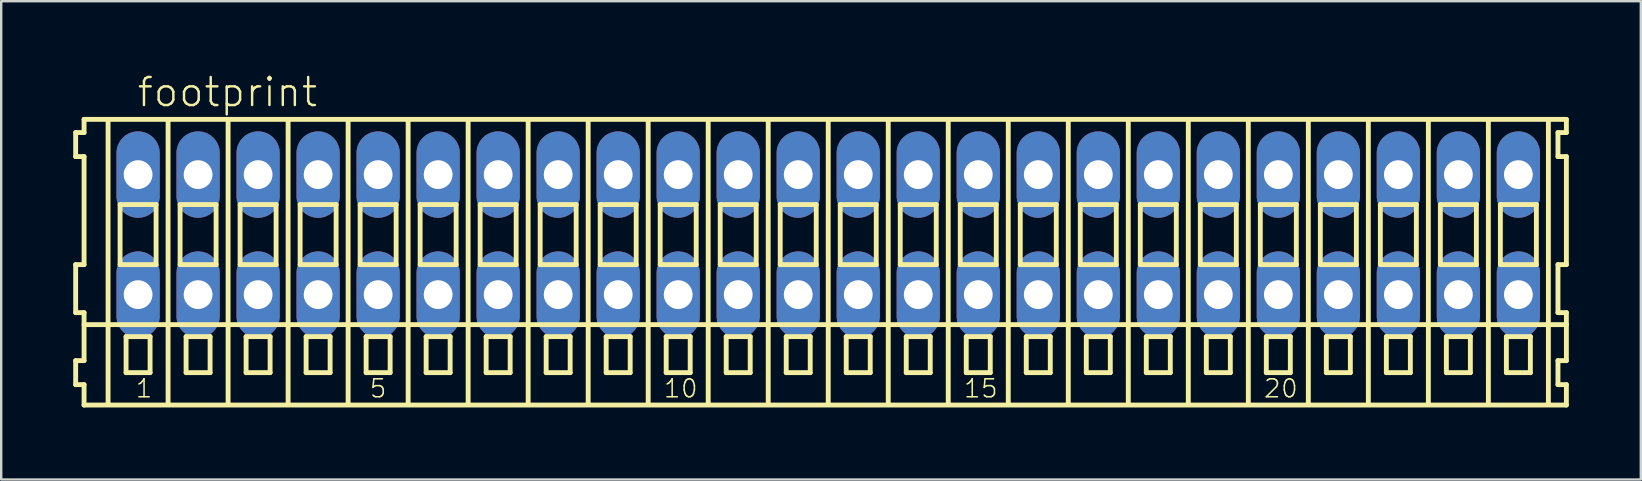
<source format=kicad_pcb>
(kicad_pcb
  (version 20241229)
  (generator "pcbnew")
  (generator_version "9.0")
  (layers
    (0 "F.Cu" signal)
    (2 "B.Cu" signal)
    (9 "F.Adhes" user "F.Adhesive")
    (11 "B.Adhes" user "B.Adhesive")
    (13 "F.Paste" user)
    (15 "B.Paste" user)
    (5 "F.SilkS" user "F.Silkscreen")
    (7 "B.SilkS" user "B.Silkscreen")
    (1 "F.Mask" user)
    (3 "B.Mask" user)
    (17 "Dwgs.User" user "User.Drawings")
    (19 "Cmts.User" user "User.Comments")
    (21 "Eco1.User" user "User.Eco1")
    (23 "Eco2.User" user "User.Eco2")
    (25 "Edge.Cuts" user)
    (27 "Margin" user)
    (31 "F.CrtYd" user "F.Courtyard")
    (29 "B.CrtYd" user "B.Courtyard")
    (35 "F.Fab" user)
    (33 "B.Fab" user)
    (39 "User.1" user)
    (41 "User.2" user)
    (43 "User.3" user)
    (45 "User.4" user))
  (footprint "footprint"
    (layer "F.Cu")
    (at 31.452 6.723)
    (property "Reference" "footprint" (at -28.85 -5.25 0) (layer "F.SilkS") (effects (font (size 1.168 1.168) (thickness 0.102)) (justify left bottom)))
    (fp_line (start -31.35 -4.25) (end -31.35 -3.25) (stroke (width 0.203) (type solid)) (layer "F.SilkS"))
    (fp_line (start -31.35 -3.25) (end -31 -3.25) (stroke (width 0.203) (type solid)) (layer "F.SilkS"))
    (fp_line (start -31.35 1.25) (end -31.35 3.25) (stroke (width 0.203) (type solid)) (layer "F.SilkS"))
    (fp_line (start -31.35 3.25) (end -31 3.25) (stroke (width 0.203) (type solid)) (layer "F.SilkS"))
    (fp_line (start -31.35 5.25) (end -31.35 6.25) (stroke (width 0.203) (type solid)) (layer "F.SilkS"))
    (fp_line (start -31.35 6.25) (end -31 6.25) (stroke (width 0.203) (type solid)) (layer "F.SilkS"))
    (fp_line (start -31 -4.8) (end -31 -4.25) (stroke (width 0.203) (type solid)) (layer "F.SilkS"))
    (fp_line (start -31 -4.25) (end -31.35 -4.25) (stroke (width 0.203) (type solid)) (layer "F.SilkS"))
    (fp_line (start -31 -3.25) (end -31 1.25) (stroke (width 0.203) (type solid)) (layer "F.SilkS"))
    (fp_line (start -31 1.25) (end -31.35 1.25) (stroke (width 0.203) (type solid)) (layer "F.SilkS"))
    (fp_line (start -31 3.25) (end -31 5.25) (stroke (width 0.203) (type solid)) (layer "F.SilkS"))
    (fp_line (start -31 3.75) (end 30.75 3.75) (stroke (width 0.203) (type solid)) (layer "F.SilkS"))
    (fp_line (start -31 5.25) (end -31.35 5.25) (stroke (width 0.203) (type solid)) (layer "F.SilkS"))
    (fp_line (start -31 6.25) (end -31 7.1) (stroke (width 0.203) (type solid)) (layer "F.SilkS"))
    (fp_line (start -31 7.1) (end 30.75 7.1) (stroke (width 0.203) (type solid)) (layer "F.SilkS"))
    (fp_line (start -30 -4.75) (end -30 7) (stroke (width 0.203) (type solid)) (layer "F.SilkS"))
    (fp_line (start -29.5 -1.25) (end -29.5 1.25) (stroke (width 0.203) (type solid)) (layer "F.SilkS"))
    (fp_line (start -29.5 1.25) (end -28 1.25) (stroke (width 0.203) (type solid)) (layer "F.SilkS"))
    (fp_line (start -29.25 4.25) (end -29.25 5.75) (stroke (width 0.203) (type solid)) (layer "F.SilkS"))
    (fp_line (start -29.25 5.75) (end -28.25 5.75) (stroke (width 0.203) (type solid)) (layer "F.SilkS"))
    (fp_line (start -28.25 4.25) (end -29.25 4.25) (stroke (width 0.203) (type solid)) (layer "F.SilkS"))
    (fp_line (start -28.25 5.75) (end -28.25 4.25) (stroke (width 0.203) (type solid)) (layer "F.SilkS"))
    (fp_line (start -28 -1.25) (end -29.5 -1.25) (stroke (width 0.203) (type solid)) (layer "F.SilkS"))
    (fp_line (start -28 1.25) (end -28 -1.25) (stroke (width 0.203) (type solid)) (layer "F.SilkS"))
    (fp_line (start -27.5 -4.75) (end -27.5 7) (stroke (width 0.203) (type solid)) (layer "F.SilkS"))
    (fp_line (start -27 -1.25) (end -27 1.25) (stroke (width 0.203) (type solid)) (layer "F.SilkS"))
    (fp_line (start -27 1.25) (end -25.5 1.25) (stroke (width 0.203) (type solid)) (layer "F.SilkS"))
    (fp_line (start -26.75 4.25) (end -26.75 5.75) (stroke (width 0.203) (type solid)) (layer "F.SilkS"))
    (fp_line (start -26.75 5.75) (end -25.75 5.75) (stroke (width 0.203) (type solid)) (layer "F.SilkS"))
    (fp_line (start -25.75 4.25) (end -26.75 4.25) (stroke (width 0.203) (type solid)) (layer "F.SilkS"))
    (fp_line (start -25.75 5.75) (end -25.75 4.25) (stroke (width 0.203) (type solid)) (layer "F.SilkS"))
    (fp_line (start -25.5 -1.25) (end -27 -1.25) (stroke (width 0.203) (type solid)) (layer "F.SilkS"))
    (fp_line (start -25.5 1.25) (end -25.5 -1.25) (stroke (width 0.203) (type solid)) (layer "F.SilkS"))
    (fp_line (start -25 -4.75) (end -25 7) (stroke (width 0.203) (type solid)) (layer "F.SilkS"))
    (fp_line (start -24.5 -1.25) (end -24.5 1.25) (stroke (width 0.203) (type solid)) (layer "F.SilkS"))
    (fp_line (start -24.5 1.25) (end -23 1.25) (stroke (width 0.203) (type solid)) (layer "F.SilkS"))
    (fp_line (start -24.25 4.25) (end -24.25 5.75) (stroke (width 0.203) (type solid)) (layer "F.SilkS"))
    (fp_line (start -24.25 5.75) (end -23.25 5.75) (stroke (width 0.203) (type solid)) (layer "F.SilkS"))
    (fp_line (start -23.25 4.25) (end -24.25 4.25) (stroke (width 0.203) (type solid)) (layer "F.SilkS"))
    (fp_line (start -23.25 5.75) (end -23.25 4.25) (stroke (width 0.203) (type solid)) (layer "F.SilkS"))
    (fp_line (start -23 -1.25) (end -24.5 -1.25) (stroke (width 0.203) (type solid)) (layer "F.SilkS"))
    (fp_line (start -23 1.25) (end -23 -1.25) (stroke (width 0.203) (type solid)) (layer "F.SilkS"))
    (fp_line (start -22.5 -4.75) (end -22.5 7) (stroke (width 0.203) (type solid)) (layer "F.SilkS"))
    (fp_line (start -22 -1.25) (end -22 1.25) (stroke (width 0.203) (type solid)) (layer "F.SilkS"))
    (fp_line (start -22 1.25) (end -20.5 1.25) (stroke (width 0.203) (type solid)) (layer "F.SilkS"))
    (fp_line (start -21.75 4.25) (end -21.75 5.75) (stroke (width 0.203) (type solid)) (layer "F.SilkS"))
    (fp_line (start -21.75 5.75) (end -20.75 5.75) (stroke (width 0.203) (type solid)) (layer "F.SilkS"))
    (fp_line (start -20.75 4.25) (end -21.75 4.25) (stroke (width 0.203) (type solid)) (layer "F.SilkS"))
    (fp_line (start -20.75 5.75) (end -20.75 4.25) (stroke (width 0.203) (type solid)) (layer "F.SilkS"))
    (fp_line (start -20.5 -1.25) (end -22 -1.25) (stroke (width 0.203) (type solid)) (layer "F.SilkS"))
    (fp_line (start -20.5 1.25) (end -20.5 -1.25) (stroke (width 0.203) (type solid)) (layer "F.SilkS"))
    (fp_line (start -20 -4.75) (end -20 7) (stroke (width 0.203) (type solid)) (layer "F.SilkS"))
    (fp_line (start -19.5 -1.25) (end -19.5 1.25) (stroke (width 0.203) (type solid)) (layer "F.SilkS"))
    (fp_line (start -19.5 1.25) (end -18 1.25) (stroke (width 0.203) (type solid)) (layer "F.SilkS"))
    (fp_line (start -19.25 4.25) (end -19.25 5.75) (stroke (width 0.203) (type solid)) (layer "F.SilkS"))
    (fp_line (start -19.25 5.75) (end -18.25 5.75) (stroke (width 0.203) (type solid)) (layer "F.SilkS"))
    (fp_line (start -18.25 4.25) (end -19.25 4.25) (stroke (width 0.203) (type solid)) (layer "F.SilkS"))
    (fp_line (start -18.25 5.75) (end -18.25 4.25) (stroke (width 0.203) (type solid)) (layer "F.SilkS"))
    (fp_line (start -18 -1.25) (end -19.5 -1.25) (stroke (width 0.203) (type solid)) (layer "F.SilkS"))
    (fp_line (start -18 1.25) (end -18 -1.25) (stroke (width 0.203) (type solid)) (layer "F.SilkS"))
    (fp_line (start -17.5 -4.75) (end -17.5 7) (stroke (width 0.203) (type solid)) (layer "F.SilkS"))
    (fp_line (start -17 -1.25) (end -17 1.25) (stroke (width 0.203) (type solid)) (layer "F.SilkS"))
    (fp_line (start -17 1.25) (end -15.5 1.25) (stroke (width 0.203) (type solid)) (layer "F.SilkS"))
    (fp_line (start -16.75 4.25) (end -16.75 5.75) (stroke (width 0.203) (type solid)) (layer "F.SilkS"))
    (fp_line (start -16.75 5.75) (end -15.75 5.75) (stroke (width 0.203) (type solid)) (layer "F.SilkS"))
    (fp_line (start -15.75 4.25) (end -16.75 4.25) (stroke (width 0.203) (type solid)) (layer "F.SilkS"))
    (fp_line (start -15.75 5.75) (end -15.75 4.25) (stroke (width 0.203) (type solid)) (layer "F.SilkS"))
    (fp_line (start -15.5 -1.25) (end -17 -1.25) (stroke (width 0.203) (type solid)) (layer "F.SilkS"))
    (fp_line (start -15.5 1.25) (end -15.5 -1.25) (stroke (width 0.203) (type solid)) (layer "F.SilkS"))
    (fp_line (start -15 -4.75) (end -15 7) (stroke (width 0.203) (type solid)) (layer "F.SilkS"))
    (fp_line (start -14.5 -1.25) (end -14.5 1.25) (stroke (width 0.203) (type solid)) (layer "F.SilkS"))
    (fp_line (start -14.5 1.25) (end -13 1.25) (stroke (width 0.203) (type solid)) (layer "F.SilkS"))
    (fp_line (start -14.25 4.25) (end -14.25 5.75) (stroke (width 0.203) (type solid)) (layer "F.SilkS"))
    (fp_line (start -14.25 5.75) (end -13.25 5.75) (stroke (width 0.203) (type solid)) (layer "F.SilkS"))
    (fp_line (start -13.25 4.25) (end -14.25 4.25) (stroke (width 0.203) (type solid)) (layer "F.SilkS"))
    (fp_line (start -13.25 5.75) (end -13.25 4.25) (stroke (width 0.203) (type solid)) (layer "F.SilkS"))
    (fp_line (start -13 -1.25) (end -14.5 -1.25) (stroke (width 0.203) (type solid)) (layer "F.SilkS"))
    (fp_line (start -13 1.25) (end -13 -1.25) (stroke (width 0.203) (type solid)) (layer "F.SilkS"))
    (fp_line (start -12.5 -4.75) (end -12.5 7) (stroke (width 0.203) (type solid)) (layer "F.SilkS"))
    (fp_line (start -12 -1.25) (end -12 1.25) (stroke (width 0.203) (type solid)) (layer "F.SilkS"))
    (fp_line (start -12 1.25) (end -10.5 1.25) (stroke (width 0.203) (type solid)) (layer "F.SilkS"))
    (fp_line (start -11.75 4.25) (end -11.75 5.75) (stroke (width 0.203) (type solid)) (layer "F.SilkS"))
    (fp_line (start -11.75 5.75) (end -10.75 5.75) (stroke (width 0.203) (type solid)) (layer "F.SilkS"))
    (fp_line (start -10.75 4.25) (end -11.75 4.25) (stroke (width 0.203) (type solid)) (layer "F.SilkS"))
    (fp_line (start -10.75 5.75) (end -10.75 4.25) (stroke (width 0.203) (type solid)) (layer "F.SilkS"))
    (fp_line (start -10.5 -1.25) (end -12 -1.25) (stroke (width 0.203) (type solid)) (layer "F.SilkS"))
    (fp_line (start -10.5 1.25) (end -10.5 -1.25) (stroke (width 0.203) (type solid)) (layer "F.SilkS"))
    (fp_line (start -10 -4.75) (end -10 7) (stroke (width 0.203) (type solid)) (layer "F.SilkS"))
    (fp_line (start -9.5 -1.25) (end -9.5 1.25) (stroke (width 0.203) (type solid)) (layer "F.SilkS"))
    (fp_line (start -9.5 1.25) (end -8 1.25) (stroke (width 0.203) (type solid)) (layer "F.SilkS"))
    (fp_line (start -9.25 4.25) (end -9.25 5.75) (stroke (width 0.203) (type solid)) (layer "F.SilkS"))
    (fp_line (start -9.25 5.75) (end -8.25 5.75) (stroke (width 0.203) (type solid)) (layer "F.SilkS"))
    (fp_line (start -8.25 4.25) (end -9.25 4.25) (stroke (width 0.203) (type solid)) (layer "F.SilkS"))
    (fp_line (start -8.25 5.75) (end -8.25 4.25) (stroke (width 0.203) (type solid)) (layer "F.SilkS"))
    (fp_line (start -8 -1.25) (end -9.5 -1.25) (stroke (width 0.203) (type solid)) (layer "F.SilkS"))
    (fp_line (start -8 1.25) (end -8 -1.25) (stroke (width 0.203) (type solid)) (layer "F.SilkS"))
    (fp_line (start -7.5 -4.75) (end -7.5 7) (stroke (width 0.203) (type solid)) (layer "F.SilkS"))
    (fp_line (start -7 -1.25) (end -7 1.25) (stroke (width 0.203) (type solid)) (layer "F.SilkS"))
    (fp_line (start -7 1.25) (end -5.5 1.25) (stroke (width 0.203) (type solid)) (layer "F.SilkS"))
    (fp_line (start -6.75 4.25) (end -6.75 5.75) (stroke (width 0.203) (type solid)) (layer "F.SilkS"))
    (fp_line (start -6.75 5.75) (end -5.75 5.75) (stroke (width 0.203) (type solid)) (layer "F.SilkS"))
    (fp_line (start -5.75 4.25) (end -6.75 4.25) (stroke (width 0.203) (type solid)) (layer "F.SilkS"))
    (fp_line (start -5.75 5.75) (end -5.75 4.25) (stroke (width 0.203) (type solid)) (layer "F.SilkS"))
    (fp_line (start -5.5 -1.25) (end -7 -1.25) (stroke (width 0.203) (type solid)) (layer "F.SilkS"))
    (fp_line (start -5.5 1.25) (end -5.5 -1.25) (stroke (width 0.203) (type solid)) (layer "F.SilkS"))
    (fp_line (start -5 -4.75) (end -5 7) (stroke (width 0.203) (type solid)) (layer "F.SilkS"))
    (fp_line (start -4.5 -1.25) (end -4.5 1.25) (stroke (width 0.203) (type solid)) (layer "F.SilkS"))
    (fp_line (start -4.5 1.25) (end -3 1.25) (stroke (width 0.203) (type solid)) (layer "F.SilkS"))
    (fp_line (start -4.25 4.25) (end -4.25 5.75) (stroke (width 0.203) (type solid)) (layer "F.SilkS"))
    (fp_line (start -4.25 5.75) (end -3.25 5.75) (stroke (width 0.203) (type solid)) (layer "F.SilkS"))
    (fp_line (start -3.25 4.25) (end -4.25 4.25) (stroke (width 0.203) (type solid)) (layer "F.SilkS"))
    (fp_line (start -3.25 5.75) (end -3.25 4.25) (stroke (width 0.203) (type solid)) (layer "F.SilkS"))
    (fp_line (start -3 -1.25) (end -4.5 -1.25) (stroke (width 0.203) (type solid)) (layer "F.SilkS"))
    (fp_line (start -3 1.25) (end -3 -1.25) (stroke (width 0.203) (type solid)) (layer "F.SilkS"))
    (fp_line (start -2.5 -4.75) (end -2.5 7) (stroke (width 0.203) (type solid)) (layer "F.SilkS"))
    (fp_line (start -2 -1.25) (end -2 1.25) (stroke (width 0.203) (type solid)) (layer "F.SilkS"))
    (fp_line (start -2 1.25) (end -0.5 1.25) (stroke (width 0.203) (type solid)) (layer "F.SilkS"))
    (fp_line (start -1.75 4.25) (end -1.75 5.75) (stroke (width 0.203) (type solid)) (layer "F.SilkS"))
    (fp_line (start -1.75 5.75) (end -0.75 5.75) (stroke (width 0.203) (type solid)) (layer "F.SilkS"))
    (fp_line (start -0.75 4.25) (end -1.75 4.25) (stroke (width 0.203) (type solid)) (layer "F.SilkS"))
    (fp_line (start -0.75 5.75) (end -0.75 4.25) (stroke (width 0.203) (type solid)) (layer "F.SilkS"))
    (fp_line (start -0.5 -1.25) (end -2 -1.25) (stroke (width 0.203) (type solid)) (layer "F.SilkS"))
    (fp_line (start -0.5 1.25) (end -0.5 -1.25) (stroke (width 0.203) (type solid)) (layer "F.SilkS"))
    (fp_line (start 0 -4.75) (end 0 7) (stroke (width 0.203) (type solid)) (layer "F.SilkS"))
    (fp_line (start 0.5 -1.25) (end 0.5 1.25) (stroke (width 0.203) (type solid)) (layer "F.SilkS"))
    (fp_line (start 0.5 1.25) (end 2 1.25) (stroke (width 0.203) (type solid)) (layer "F.SilkS"))
    (fp_line (start 0.75 4.25) (end 0.75 5.75) (stroke (width 0.203) (type solid)) (layer "F.SilkS"))
    (fp_line (start 0.75 5.75) (end 1.75 5.75) (stroke (width 0.203) (type solid)) (layer "F.SilkS"))
    (fp_line (start 1.75 4.25) (end 0.75 4.25) (stroke (width 0.203) (type solid)) (layer "F.SilkS"))
    (fp_line (start 1.75 5.75) (end 1.75 4.25) (stroke (width 0.203) (type solid)) (layer "F.SilkS"))
    (fp_line (start 2 -1.25) (end 0.5 -1.25) (stroke (width 0.203) (type solid)) (layer "F.SilkS"))
    (fp_line (start 2 1.25) (end 2 -1.25) (stroke (width 0.203) (type solid)) (layer "F.SilkS"))
    (fp_line (start 2.5 -4.75) (end 2.5 7) (stroke (width 0.203) (type solid)) (layer "F.SilkS"))
    (fp_line (start 3 -1.25) (end 3 1.25) (stroke (width 0.203) (type solid)) (layer "F.SilkS"))
    (fp_line (start 3 1.25) (end 4.5 1.25) (stroke (width 0.203) (type solid)) (layer "F.SilkS"))
    (fp_line (start 3.25 4.25) (end 3.25 5.75) (stroke (width 0.203) (type solid)) (layer "F.SilkS"))
    (fp_line (start 3.25 5.75) (end 4.25 5.75) (stroke (width 0.203) (type solid)) (layer "F.SilkS"))
    (fp_line (start 4.25 4.25) (end 3.25 4.25) (stroke (width 0.203) (type solid)) (layer "F.SilkS"))
    (fp_line (start 4.25 5.75) (end 4.25 4.25) (stroke (width 0.203) (type solid)) (layer "F.SilkS"))
    (fp_line (start 4.5 -1.25) (end 3 -1.25) (stroke (width 0.203) (type solid)) (layer "F.SilkS"))
    (fp_line (start 4.5 1.25) (end 4.5 -1.25) (stroke (width 0.203) (type solid)) (layer "F.SilkS"))
    (fp_line (start 5 -4.75) (end 5 7) (stroke (width 0.203) (type solid)) (layer "F.SilkS"))
    (fp_line (start 5.5 -1.25) (end 5.5 1.25) (stroke (width 0.203) (type solid)) (layer "F.SilkS"))
    (fp_line (start 5.5 1.25) (end 7 1.25) (stroke (width 0.203) (type solid)) (layer "F.SilkS"))
    (fp_line (start 5.75 4.25) (end 5.75 5.75) (stroke (width 0.203) (type solid)) (layer "F.SilkS"))
    (fp_line (start 5.75 5.75) (end 6.75 5.75) (stroke (width 0.203) (type solid)) (layer "F.SilkS"))
    (fp_line (start 6.75 4.25) (end 5.75 4.25) (stroke (width 0.203) (type solid)) (layer "F.SilkS"))
    (fp_line (start 6.75 5.75) (end 6.75 4.25) (stroke (width 0.203) (type solid)) (layer "F.SilkS"))
    (fp_line (start 7 -1.25) (end 5.5 -1.25) (stroke (width 0.203) (type solid)) (layer "F.SilkS"))
    (fp_line (start 7 1.25) (end 7 -1.25) (stroke (width 0.203) (type solid)) (layer "F.SilkS"))
    (fp_line (start 7.5 -4.75) (end 7.5 7) (stroke (width 0.203) (type solid)) (layer "F.SilkS"))
    (fp_line (start 8 -1.25) (end 8 1.25) (stroke (width 0.203) (type solid)) (layer "F.SilkS"))
    (fp_line (start 8 1.25) (end 9.5 1.25) (stroke (width 0.203) (type solid)) (layer "F.SilkS"))
    (fp_line (start 8.25 4.25) (end 8.25 5.75) (stroke (width 0.203) (type solid)) (layer "F.SilkS"))
    (fp_line (start 8.25 5.75) (end 9.25 5.75) (stroke (width 0.203) (type solid)) (layer "F.SilkS"))
    (fp_line (start 9.25 4.25) (end 8.25 4.25) (stroke (width 0.203) (type solid)) (layer "F.SilkS"))
    (fp_line (start 9.25 5.75) (end 9.25 4.25) (stroke (width 0.203) (type solid)) (layer "F.SilkS"))
    (fp_line (start 9.5 -1.25) (end 8 -1.25) (stroke (width 0.203) (type solid)) (layer "F.SilkS"))
    (fp_line (start 9.5 1.25) (end 9.5 -1.25) (stroke (width 0.203) (type solid)) (layer "F.SilkS"))
    (fp_line (start 10 -4.75) (end 10 7) (stroke (width 0.203) (type solid)) (layer "F.SilkS"))
    (fp_line (start 10.5 -1.25) (end 10.5 1.25) (stroke (width 0.203) (type solid)) (layer "F.SilkS"))
    (fp_line (start 10.5 1.25) (end 12 1.25) (stroke (width 0.203) (type solid)) (layer "F.SilkS"))
    (fp_line (start 10.75 4.25) (end 10.75 5.75) (stroke (width 0.203) (type solid)) (layer "F.SilkS"))
    (fp_line (start 10.75 5.75) (end 11.75 5.75) (stroke (width 0.203) (type solid)) (layer "F.SilkS"))
    (fp_line (start 11.75 4.25) (end 10.75 4.25) (stroke (width 0.203) (type solid)) (layer "F.SilkS"))
    (fp_line (start 11.75 5.75) (end 11.75 4.25) (stroke (width 0.203) (type solid)) (layer "F.SilkS"))
    (fp_line (start 12 -1.25) (end 10.5 -1.25) (stroke (width 0.203) (type solid)) (layer "F.SilkS"))
    (fp_line (start 12 1.25) (end 12 -1.25) (stroke (width 0.203) (type solid)) (layer "F.SilkS"))
    (fp_line (start 12.5 -4.75) (end 12.5 7) (stroke (width 0.203) (type solid)) (layer "F.SilkS"))
    (fp_line (start 13 -1.25) (end 13 1.25) (stroke (width 0.203) (type solid)) (layer "F.SilkS"))
    (fp_line (start 13 1.25) (end 14.5 1.25) (stroke (width 0.203) (type solid)) (layer "F.SilkS"))
    (fp_line (start 13.25 4.25) (end 13.25 5.75) (stroke (width 0.203) (type solid)) (layer "F.SilkS"))
    (fp_line (start 13.25 5.75) (end 14.25 5.75) (stroke (width 0.203) (type solid)) (layer "F.SilkS"))
    (fp_line (start 14.25 4.25) (end 13.25 4.25) (stroke (width 0.203) (type solid)) (layer "F.SilkS"))
    (fp_line (start 14.25 5.75) (end 14.25 4.25) (stroke (width 0.203) (type solid)) (layer "F.SilkS"))
    (fp_line (start 14.5 -1.25) (end 13 -1.25) (stroke (width 0.203) (type solid)) (layer "F.SilkS"))
    (fp_line (start 14.5 1.25) (end 14.5 -1.25) (stroke (width 0.203) (type solid)) (layer "F.SilkS"))
    (fp_line (start 15 -4.75) (end 15 7) (stroke (width 0.203) (type solid)) (layer "F.SilkS"))
    (fp_line (start 15.5 -1.25) (end 15.5 1.25) (stroke (width 0.203) (type solid)) (layer "F.SilkS"))
    (fp_line (start 15.5 1.25) (end 17 1.25) (stroke (width 0.203) (type solid)) (layer "F.SilkS"))
    (fp_line (start 15.75 4.25) (end 15.75 5.75) (stroke (width 0.203) (type solid)) (layer "F.SilkS"))
    (fp_line (start 15.75 5.75) (end 16.75 5.75) (stroke (width 0.203) (type solid)) (layer "F.SilkS"))
    (fp_line (start 16.75 4.25) (end 15.75 4.25) (stroke (width 0.203) (type solid)) (layer "F.SilkS"))
    (fp_line (start 16.75 5.75) (end 16.75 4.25) (stroke (width 0.203) (type solid)) (layer "F.SilkS"))
    (fp_line (start 17 -1.25) (end 15.5 -1.25) (stroke (width 0.203) (type solid)) (layer "F.SilkS"))
    (fp_line (start 17 1.25) (end 17 -1.25) (stroke (width 0.203) (type solid)) (layer "F.SilkS"))
    (fp_line (start 17.5 -4.75) (end 17.5 7) (stroke (width 0.203) (type solid)) (layer "F.SilkS"))
    (fp_line (start 18 -1.25) (end 18 1.25) (stroke (width 0.203) (type solid)) (layer "F.SilkS"))
    (fp_line (start 18 1.25) (end 19.5 1.25) (stroke (width 0.203) (type solid)) (layer "F.SilkS"))
    (fp_line (start 18.25 4.25) (end 18.25 5.75) (stroke (width 0.203) (type solid)) (layer "F.SilkS"))
    (fp_line (start 18.25 5.75) (end 19.25 5.75) (stroke (width 0.203) (type solid)) (layer "F.SilkS"))
    (fp_line (start 19.25 4.25) (end 18.25 4.25) (stroke (width 0.203) (type solid)) (layer "F.SilkS"))
    (fp_line (start 19.25 5.75) (end 19.25 4.25) (stroke (width 0.203) (type solid)) (layer "F.SilkS"))
    (fp_line (start 19.5 -1.25) (end 18 -1.25) (stroke (width 0.203) (type solid)) (layer "F.SilkS"))
    (fp_line (start 19.5 1.25) (end 19.5 -1.25) (stroke (width 0.203) (type solid)) (layer "F.SilkS"))
    (fp_line (start 20 -4.75) (end 20 7) (stroke (width 0.203) (type solid)) (layer "F.SilkS"))
    (fp_line (start 20.5 -1.25) (end 20.5 1.25) (stroke (width 0.203) (type solid)) (layer "F.SilkS"))
    (fp_line (start 20.5 1.25) (end 22 1.25) (stroke (width 0.203) (type solid)) (layer "F.SilkS"))
    (fp_line (start 20.75 4.25) (end 20.75 5.75) (stroke (width 0.203) (type solid)) (layer "F.SilkS"))
    (fp_line (start 20.75 5.75) (end 21.75 5.75) (stroke (width 0.203) (type solid)) (layer "F.SilkS"))
    (fp_line (start 21.75 4.25) (end 20.75 4.25) (stroke (width 0.203) (type solid)) (layer "F.SilkS"))
    (fp_line (start 21.75 5.75) (end 21.75 4.25) (stroke (width 0.203) (type solid)) (layer "F.SilkS"))
    (fp_line (start 22 -1.25) (end 20.5 -1.25) (stroke (width 0.203) (type solid)) (layer "F.SilkS"))
    (fp_line (start 22 1.25) (end 22 -1.25) (stroke (width 0.203) (type solid)) (layer "F.SilkS"))
    (fp_line (start 22.5 -4.75) (end 22.5 7) (stroke (width 0.203) (type solid)) (layer "F.SilkS"))
    (fp_line (start 23 -1.25) (end 23 1.25) (stroke (width 0.203) (type solid)) (layer "F.SilkS"))
    (fp_line (start 23 1.25) (end 24.5 1.25) (stroke (width 0.203) (type solid)) (layer "F.SilkS"))
    (fp_line (start 23.25 4.25) (end 23.25 5.75) (stroke (width 0.203) (type solid)) (layer "F.SilkS"))
    (fp_line (start 23.25 5.75) (end 24.25 5.75) (stroke (width 0.203) (type solid)) (layer "F.SilkS"))
    (fp_line (start 24.25 4.25) (end 23.25 4.25) (stroke (width 0.203) (type solid)) (layer "F.SilkS"))
    (fp_line (start 24.25 5.75) (end 24.25 4.25) (stroke (width 0.203) (type solid)) (layer "F.SilkS"))
    (fp_line (start 24.5 -1.25) (end 23 -1.25) (stroke (width 0.203) (type solid)) (layer "F.SilkS"))
    (fp_line (start 24.5 1.25) (end 24.5 -1.25) (stroke (width 0.203) (type solid)) (layer "F.SilkS"))
    (fp_line (start 25 -4.75) (end 25 7) (stroke (width 0.203) (type solid)) (layer "F.SilkS"))
    (fp_line (start 25.5 -1.25) (end 25.5 1.25) (stroke (width 0.203) (type solid)) (layer "F.SilkS"))
    (fp_line (start 25.5 1.25) (end 27 1.25) (stroke (width 0.203) (type solid)) (layer "F.SilkS"))
    (fp_line (start 25.75 4.25) (end 25.75 5.75) (stroke (width 0.203) (type solid)) (layer "F.SilkS"))
    (fp_line (start 25.75 5.75) (end 26.75 5.75) (stroke (width 0.203) (type solid)) (layer "F.SilkS"))
    (fp_line (start 26.75 4.25) (end 25.75 4.25) (stroke (width 0.203) (type solid)) (layer "F.SilkS"))
    (fp_line (start 26.75 5.75) (end 26.75 4.25) (stroke (width 0.203) (type solid)) (layer "F.SilkS"))
    (fp_line (start 27 -1.25) (end 25.5 -1.25) (stroke (width 0.203) (type solid)) (layer "F.SilkS"))
    (fp_line (start 27 1.25) (end 27 -1.25) (stroke (width 0.203) (type solid)) (layer "F.SilkS"))
    (fp_line (start 27.5 -4.75) (end 27.5 7) (stroke (width 0.203) (type solid)) (layer "F.SilkS"))
    (fp_line (start 28 -1.25) (end 28 1.25) (stroke (width 0.203) (type solid)) (layer "F.SilkS"))
    (fp_line (start 28 1.25) (end 29.5 1.25) (stroke (width 0.203) (type solid)) (layer "F.SilkS"))
    (fp_line (start 28.25 4.25) (end 28.25 5.75) (stroke (width 0.203) (type solid)) (layer "F.SilkS"))
    (fp_line (start 28.25 5.75) (end 29.25 5.75) (stroke (width 0.203) (type solid)) (layer "F.SilkS"))
    (fp_line (start 29.25 4.25) (end 28.25 4.25) (stroke (width 0.203) (type solid)) (layer "F.SilkS"))
    (fp_line (start 29.25 5.75) (end 29.25 4.25) (stroke (width 0.203) (type solid)) (layer "F.SilkS"))
    (fp_line (start 29.5 -1.25) (end 28 -1.25) (stroke (width 0.203) (type solid)) (layer "F.SilkS"))
    (fp_line (start 29.5 1.25) (end 29.5 -1.25) (stroke (width 0.203) (type solid)) (layer "F.SilkS"))
    (fp_line (start 30 -4.75) (end 30 7) (stroke (width 0.203) (type solid)) (layer "F.SilkS"))
    (fp_line (start 30.4 -4.25) (end 30.4 -3.25) (stroke (width 0.203) (type solid)) (layer "F.SilkS"))
    (fp_line (start 30.4 -3.25) (end 30.75 -3.25) (stroke (width 0.203) (type solid)) (layer "F.SilkS"))
    (fp_line (start 30.4 1.25) (end 30.4 3.25) (stroke (width 0.203) (type solid)) (layer "F.SilkS"))
    (fp_line (start 30.4 3.25) (end 30.75 3.25) (stroke (width 0.203) (type solid)) (layer "F.SilkS"))
    (fp_line (start 30.4 5.25) (end 30.4 6.25) (stroke (width 0.203) (type solid)) (layer "F.SilkS"))
    (fp_line (start 30.4 6.25) (end 30.75 6.25) (stroke (width 0.203) (type solid)) (layer "F.SilkS"))
    (fp_line (start 30.75 -4.8) (end -31 -4.8) (stroke (width 0.203) (type solid)) (layer "F.SilkS"))
    (fp_line (start 30.75 -4.25) (end 30.4 -4.25) (stroke (width 0.203) (type solid)) (layer "F.SilkS"))
    (fp_line (start 30.75 -4.25) (end 30.75 -4.8) (stroke (width 0.203) (type solid)) (layer "F.SilkS"))
    (fp_line (start 30.75 1.25) (end 30.4 1.25) (stroke (width 0.203) (type solid)) (layer "F.SilkS"))
    (fp_line (start 30.75 1.25) (end 30.75 -3.25) (stroke (width 0.203) (type solid)) (layer "F.SilkS"))
    (fp_line (start 30.75 3.75) (end 30.75 3.25) (stroke (width 0.203) (type solid)) (layer "F.SilkS"))
    (fp_line (start 30.75 5.25) (end 30.4 5.25) (stroke (width 0.203) (type solid)) (layer "F.SilkS"))
    (fp_line (start 30.75 5.25) (end 30.75 3.75) (stroke (width 0.203) (type solid)) (layer "F.SilkS"))
    (fp_line (start 30.75 7.1) (end 30.75 6.25) (stroke (width 0.203) (type solid)) (layer "F.SilkS"))
    (fp_text user "1" (at -28.9 6.85 0) (layer "F.SilkS") (effects (font (size 0.748 0.748) (thickness 0.065)) (justify left bottom)))
    (fp_text user "20" (at 18.1 6.85 0) (layer "F.SilkS") (effects (font (size 0.748 0.748) (thickness 0.065)) (justify left bottom)))
    (fp_text user "15" (at 5.6 6.85 0) (layer "F.SilkS") (effects (font (size 0.748 0.748) (thickness 0.065)) (justify left bottom)))
    (fp_text user "5" (at -19.15 6.85 0) (layer "F.SilkS") (effects (font (size 0.748 0.748) (thickness 0.065)) (justify left bottom)))
    (fp_text user "10" (at -6.9 6.85 0) (layer "F.SilkS") (effects (font (size 0.748 0.748) (thickness 0.065)) (justify left bottom)))
    (pad "A1" thru_hole oval (at -28.75 -2.5 90) (size 3.6 1.8) (drill 1.2) (layers "*.Cu" "*.Mask"))
    (pad "A2" thru_hole oval (at -26.25 -2.5 90) (size 3.6 1.8) (drill 1.2) (layers "*.Cu" "*.Mask"))
    (pad "A3" thru_hole oval (at -23.75 -2.5 90) (size 3.6 1.8) (drill 1.2) (layers "*.Cu" "*.Mask"))
    (pad "A4" thru_hole oval (at -21.25 -2.5 90) (size 3.6 1.8) (drill 1.2) (layers "*.Cu" "*.Mask"))
    (pad "A5" thru_hole oval (at -18.75 -2.5 90) (size 3.6 1.8) (drill 1.2) (layers "*.Cu" "*.Mask"))
    (pad "A6" thru_hole oval (at -16.25 -2.5 90) (size 3.6 1.8) (drill 1.2) (layers "*.Cu" "*.Mask"))
    (pad "A7" thru_hole oval (at -13.75 -2.5 90) (size 3.6 1.8) (drill 1.2) (layers "*.Cu" "*.Mask"))
    (pad "A8" thru_hole oval (at -11.25 -2.5 90) (size 3.6 1.8) (drill 1.2) (layers "*.Cu" "*.Mask"))
    (pad "A9" thru_hole oval (at -8.75 -2.5 90) (size 3.6 1.8) (drill 1.2) (layers "*.Cu" "*.Mask"))
    (pad "A10" thru_hole oval (at -6.25 -2.5 90) (size 3.6 1.8) (drill 1.2) (layers "*.Cu" "*.Mask"))
    (pad "A11" thru_hole oval (at -3.75 -2.5 90) (size 3.6 1.8) (drill 1.2) (layers "*.Cu" "*.Mask"))
    (pad "A12" thru_hole oval (at -1.25 -2.5 90) (size 3.6 1.8) (drill 1.2) (layers "*.Cu" "*.Mask"))
    (pad "A13" thru_hole oval (at 1.25 -2.5 90) (size 3.6 1.8) (drill 1.2) (layers "*.Cu" "*.Mask"))
    (pad "A14" thru_hole oval (at 3.75 -2.5 90) (size 3.6 1.8) (drill 1.2) (layers "*.Cu" "*.Mask"))
    (pad "A15" thru_hole oval (at 6.25 -2.5 90) (size 3.6 1.8) (drill 1.2) (layers "*.Cu" "*.Mask"))
    (pad "A16" thru_hole oval (at 8.75 -2.5 90) (size 3.6 1.8) (drill 1.2) (layers "*.Cu" "*.Mask"))
    (pad "A17" thru_hole oval (at 11.25 -2.5 90) (size 3.6 1.8) (drill 1.2) (layers "*.Cu" "*.Mask"))
    (pad "A18" thru_hole oval (at 13.75 -2.5 90) (size 3.6 1.8) (drill 1.2) (layers "*.Cu" "*.Mask"))
    (pad "A19" thru_hole oval (at 16.25 -2.5 90) (size 3.6 1.8) (drill 1.2) (layers "*.Cu" "*.Mask"))
    (pad "A20" thru_hole oval (at 18.75 -2.5 90) (size 3.6 1.8) (drill 1.2) (layers "*.Cu" "*.Mask"))
    (pad "A21" thru_hole oval (at 21.25 -2.5 90) (size 3.6 1.8) (drill 1.2) (layers "*.Cu" "*.Mask"))
    (pad "A22" thru_hole oval (at 23.75 -2.5 90) (size 3.6 1.8) (drill 1.2) (layers "*.Cu" "*.Mask"))
    (pad "A23" thru_hole oval (at 26.25 -2.5 90) (size 3.6 1.8) (drill 1.2) (layers "*.Cu" "*.Mask"))
    (pad "A24" thru_hole oval (at 28.75 -2.5 90) (size 3.6 1.8) (drill 1.2) (layers "*.Cu" "*.Mask"))
    (pad "B1" thru_hole oval (at -28.75 2.5 90) (size 3.6 1.8) (drill 1.2) (layers "*.Cu" "*.Mask"))
    (pad "B2" thru_hole oval (at -26.25 2.5 90) (size 3.6 1.8) (drill 1.2) (layers "*.Cu" "*.Mask"))
    (pad "B3" thru_hole oval (at -23.75 2.5 90) (size 3.6 1.8) (drill 1.2) (layers "*.Cu" "*.Mask"))
    (pad "B4" thru_hole oval (at -21.25 2.5 90) (size 3.6 1.8) (drill 1.2) (layers "*.Cu" "*.Mask"))
    (pad "B5" thru_hole oval (at -18.75 2.5 90) (size 3.6 1.8) (drill 1.2) (layers "*.Cu" "*.Mask"))
    (pad "B6" thru_hole oval (at -16.25 2.5 90) (size 3.6 1.8) (drill 1.2) (layers "*.Cu" "*.Mask"))
    (pad "B7" thru_hole oval (at -13.75 2.5 90) (size 3.6 1.8) (drill 1.2) (layers "*.Cu" "*.Mask"))
    (pad "B8" thru_hole oval (at -11.25 2.5 90) (size 3.6 1.8) (drill 1.2) (layers "*.Cu" "*.Mask"))
    (pad "B9" thru_hole oval (at -8.75 2.5 90) (size 3.6 1.8) (drill 1.2) (layers "*.Cu" "*.Mask"))
    (pad "B10" thru_hole oval (at -6.25 2.5 90) (size 3.6 1.8) (drill 1.2) (layers "*.Cu" "*.Mask"))
    (pad "B11" thru_hole oval (at -3.75 2.5 90) (size 3.6 1.8) (drill 1.2) (layers "*.Cu" "*.Mask"))
    (pad "B12" thru_hole oval (at -1.25 2.5 90) (size 3.6 1.8) (drill 1.2) (layers "*.Cu" "*.Mask"))
    (pad "B13" thru_hole oval (at 1.25 2.5 90) (size 3.6 1.8) (drill 1.2) (layers "*.Cu" "*.Mask"))
    (pad "B14" thru_hole oval (at 3.75 2.5 90) (size 3.6 1.8) (drill 1.2) (layers "*.Cu" "*.Mask"))
    (pad "B15" thru_hole oval (at 6.25 2.5 90) (size 3.6 1.8) (drill 1.2) (layers "*.Cu" "*.Mask"))
    (pad "B16" thru_hole oval (at 8.75 2.5 90) (size 3.6 1.8) (drill 1.2) (layers "*.Cu" "*.Mask"))
    (pad "B17" thru_hole oval (at 11.25 2.5 90) (size 3.6 1.8) (drill 1.2) (layers "*.Cu" "*.Mask"))
    (pad "B18" thru_hole oval (at 13.75 2.5 90) (size 3.6 1.8) (drill 1.2) (layers "*.Cu" "*.Mask"))
    (pad "B19" thru_hole oval (at 16.25 2.5 90) (size 3.6 1.8) (drill 1.2) (layers "*.Cu" "*.Mask"))
    (pad "B20" thru_hole oval (at 18.75 2.5 90) (size 3.6 1.8) (drill 1.2) (layers "*.Cu" "*.Mask"))
    (pad "B21" thru_hole oval (at 21.25 2.5 90) (size 3.6 1.8) (drill 1.2) (layers "*.Cu" "*.Mask"))
    (pad "B22" thru_hole oval (at 23.75 2.5 90) (size 3.6 1.8) (drill 1.2) (layers "*.Cu" "*.Mask"))
    (pad "B23" thru_hole oval (at 26.25 2.5 90) (size 3.6 1.8) (drill 1.2) (layers "*.Cu" "*.Mask"))
    (pad "B24" thru_hole oval (at 28.75 2.5 90) (size 3.6 1.8) (drill 1.2) (layers "*.Cu" "*.Mask")))
  (gr_rect
    (start -3 -3)
    (end 65.303 16.925)
    (stroke (width 0.1) (type default))
    (fill no)
    (layer "Edge.Cuts")))
</source>
